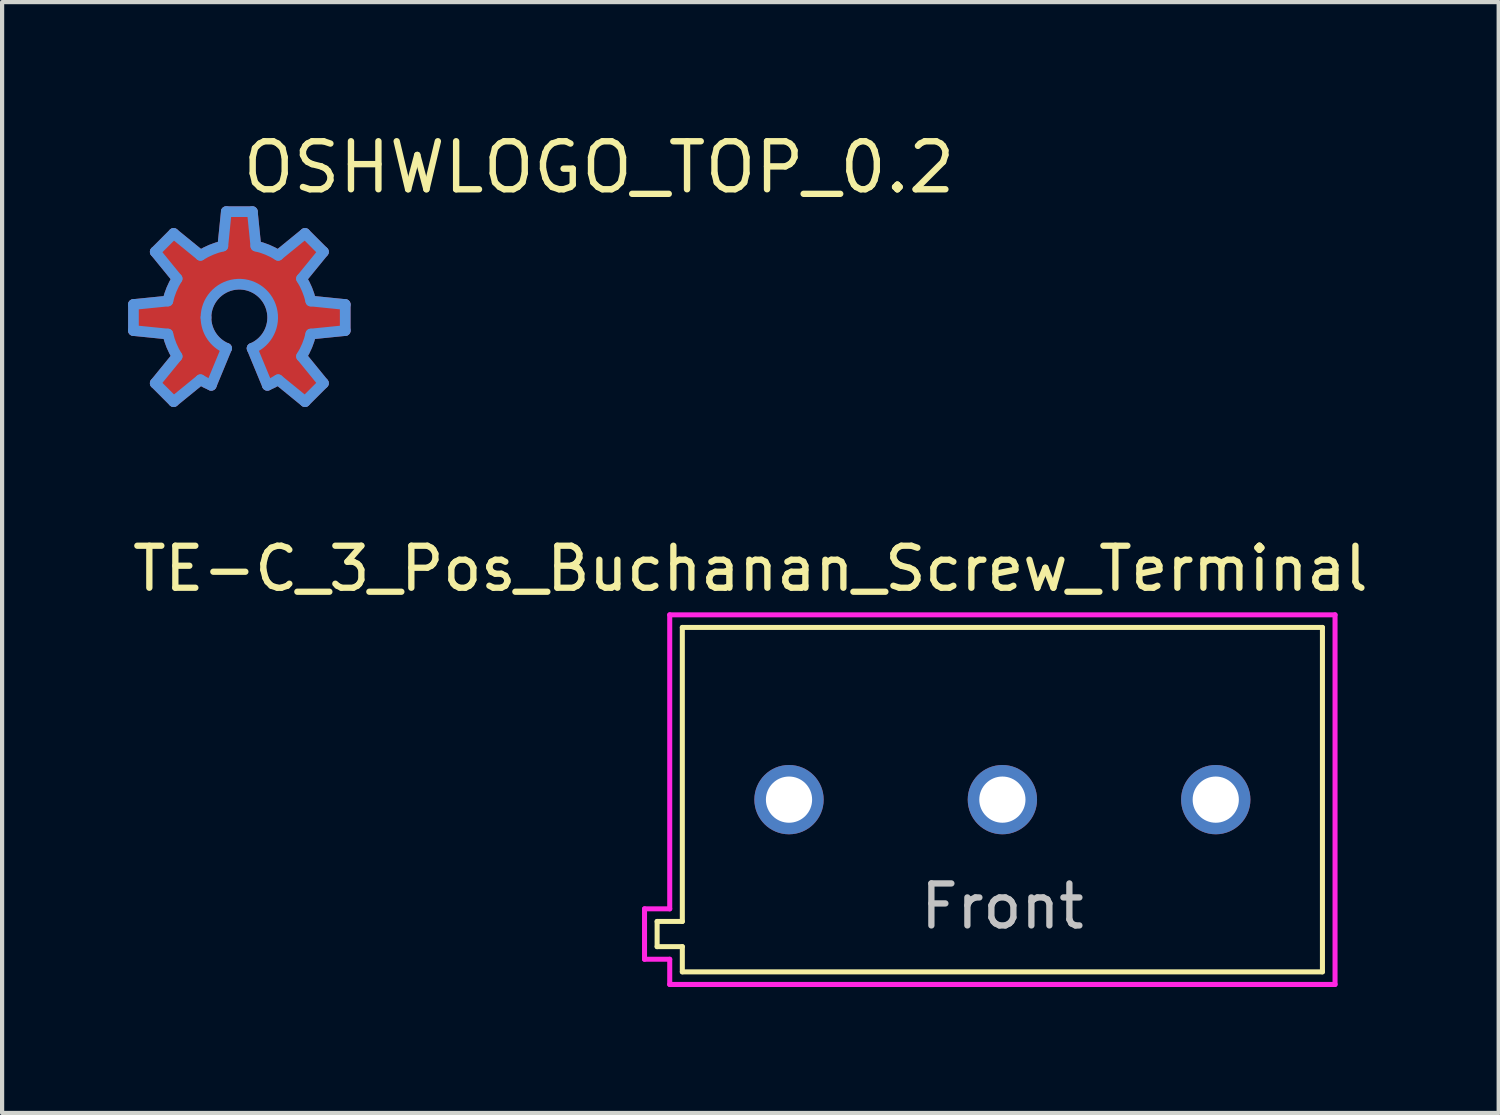
<source format=kicad_pcb>
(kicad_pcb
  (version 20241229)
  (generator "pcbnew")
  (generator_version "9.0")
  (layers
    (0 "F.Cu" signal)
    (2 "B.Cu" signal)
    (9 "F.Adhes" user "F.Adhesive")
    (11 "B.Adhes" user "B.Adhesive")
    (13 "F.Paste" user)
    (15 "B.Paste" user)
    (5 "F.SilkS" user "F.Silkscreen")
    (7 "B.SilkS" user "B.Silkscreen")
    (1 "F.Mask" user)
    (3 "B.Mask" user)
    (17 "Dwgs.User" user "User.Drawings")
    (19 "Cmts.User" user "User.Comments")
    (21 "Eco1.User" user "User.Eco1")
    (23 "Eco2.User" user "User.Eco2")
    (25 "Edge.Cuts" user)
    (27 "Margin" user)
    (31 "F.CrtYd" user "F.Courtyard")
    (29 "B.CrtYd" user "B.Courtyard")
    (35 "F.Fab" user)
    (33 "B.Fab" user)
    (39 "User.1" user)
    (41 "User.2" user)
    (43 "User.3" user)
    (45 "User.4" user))
  (footprint "TE-C_3_Pos_Buchanan_Screw_Terminal"
    (layer "F.Cu")
    (at 20.815 15.988)
    (property "Reference" "TE-C_3_Pos_Buchanan_Screw_Terminal" (at -6 -5.5 0) (layer "F.SilkS") (effects (font (size 1 1) (thickness 0.15))))
    (attr through_hole)
    (fp_line (start -8.22 2.9) (end -8.22 3.5) (stroke (width 0.12) (type solid)) (layer "F.SilkS"))
    (fp_line (start -8.22 3.5) (end -7.62 3.5) (stroke (width 0.12) (type solid)) (layer "F.SilkS"))
    (fp_line (start -7.62 -4.1) (end -7.62 2.9) (stroke (width 0.12) (type solid)) (layer "F.SilkS"))
    (fp_line (start -7.62 -4.1) (end 7.62 -4.1) (stroke (width 0.12) (type solid)) (layer "F.SilkS"))
    (fp_line (start -7.62 2.9) (end -8.22 2.9) (stroke (width 0.12) (type solid)) (layer "F.SilkS"))
    (fp_line (start -7.62 3.5) (end -7.62 4.1) (stroke (width 0.12) (type solid)) (layer "F.SilkS"))
    (fp_line (start -7.62 4.1) (end 7.62 4.1) (stroke (width 0.12) (type solid)) (layer "F.SilkS"))
    (fp_line (start 7.62 -4.1) (end 7.62 4.1) (stroke (width 0.12) (type solid)) (layer "F.SilkS"))
    (fp_line (start -8.52 2.6) (end -8.52 3.8) (stroke (width 0.12) (type solid)) (layer "F.CrtYd"))
    (fp_line (start -8.52 2.6) (end -7.92 2.6) (stroke (width 0.12) (type solid)) (layer "F.CrtYd"))
    (fp_line (start -8.52 3.8) (end -7.92 3.8) (stroke (width 0.12) (type solid)) (layer "F.CrtYd"))
    (fp_line (start -7.92 -4.4) (end -7.92 2.6) (stroke (width 0.12) (type solid)) (layer "F.CrtYd"))
    (fp_line (start -7.92 4.4) (end -7.92 3.8) (stroke (width 0.12) (type solid)) (layer "F.CrtYd"))
    (fp_line (start -7.92 4.4) (end 7.92 4.4) (stroke (width 0.12) (type solid)) (layer "F.CrtYd"))
    (fp_line (start 7.92 -4.4) (end -7.92 -4.4) (stroke (width 0.12) (type solid)) (layer "F.CrtYd"))
    (fp_line (start 7.92 -4.4) (end 7.92 4.4) (stroke (width 0.12) (type solid)) (layer "F.CrtYd"))
    (fp_text user "Front" (at 0 2.54 0) (layer "Dwgs.User") (effects (font (size 1 1) (thickness 0.15))))
    (pad "1" thru_hole circle (at -5.08 0) (size 1.65 1.65) (drill 1.1) (layers "*.Cu" "*.Mask"))
    (pad "2" thru_hole circle (at 0 0) (size 1.65 1.65) (drill 1.1) (layers "*.Cu" "*.Mask"))
    (pad "3" thru_hole circle (at 5.08 0) (size 1.65 1.65) (drill 1.1) (layers "*.Cu" "*.Mask")))
  (footprint "OSHWLOGO_TOP_0.2"
    (layer "F.Cu")
    (at 2.648 4.51)
    (property "Reference" "OSHWLOGO_TOP_0.2" (at 0 -3.575 0) (layer "F.SilkS") (effects (font (size 1.143 1.143) (thickness 0.152)) (justify left)))
    (attr through_hole)
    (fp_line (start -2.521 -0.31) (end -2.521 0.31) (stroke (width 0.254) (type solid)) (layer "F.Cu"))
    (fp_line (start -2.521 0.31) (end -1.702 0.393) (stroke (width 0.254) (type solid)) (layer "F.Cu"))
    (fp_line (start -2.002 -1.564) (end -1.481 -0.925) (stroke (width 0.254) (type solid)) (layer "F.Cu"))
    (fp_line (start -2.002 1.564) (end -1.564 2.002) (stroke (width 0.254) (type solid)) (layer "F.Cu"))
    (fp_line (start -1.702 -0.393) (end -2.521 -0.31) (stroke (width 0.254) (type solid)) (layer "F.Cu"))
    (fp_line (start -1.564 -2.002) (end -2.002 -1.564) (stroke (width 0.254) (type solid)) (layer "F.Cu"))
    (fp_line (start -1.564 2.002) (end -0.925 1.481) (stroke (width 0.254) (type solid)) (layer "F.Cu"))
    (fp_line (start -1.481 0.925) (end -2.002 1.564) (stroke (width 0.254) (type solid)) (layer "F.Cu"))
    (fp_line (start -0.925 -1.481) (end -1.564 -2.002) (stroke (width 0.254) (type solid)) (layer "F.Cu"))
    (fp_line (start -0.668 1.613) (end -0.304 0.733) (stroke (width 0.254) (type solid)) (layer "F.Cu"))
    (fp_line (start -0.31 -2.521) (end -0.393 -1.702) (stroke (width 0.254) (type solid)) (layer "F.Cu"))
    (fp_line (start 0.304 0.733) (end 0.668 1.613) (stroke (width 0.254) (type solid)) (layer "F.Cu"))
    (fp_line (start 0.31 -2.521) (end -0.31 -2.521) (stroke (width 0.254) (type solid)) (layer "F.Cu"))
    (fp_line (start 0.393 -1.702) (end 0.31 -2.521) (stroke (width 0.254) (type solid)) (layer "F.Cu"))
    (fp_line (start 0.925 1.481) (end 1.564 2.002) (stroke (width 0.254) (type solid)) (layer "F.Cu"))
    (fp_line (start 1.481 -0.925) (end 2.002 -1.564) (stroke (width 0.254) (type solid)) (layer "F.Cu"))
    (fp_line (start 1.564 -2.002) (end 0.925 -1.481) (stroke (width 0.254) (type solid)) (layer "F.Cu"))
    (fp_line (start 1.564 2.002) (end 2.002 1.564) (stroke (width 0.254) (type solid)) (layer "F.Cu"))
    (fp_line (start 1.702 0.393) (end 2.521 0.31) (stroke (width 0.254) (type solid)) (layer "F.Cu"))
    (fp_line (start 2.002 -1.564) (end 1.564 -2.002) (stroke (width 0.254) (type solid)) (layer "F.Cu"))
    (fp_line (start 2.002 1.564) (end 1.481 0.925) (stroke (width 0.254) (type solid)) (layer "F.Cu"))
    (fp_line (start 2.521 -0.31) (end 1.702 -0.393) (stroke (width 0.254) (type solid)) (layer "F.Cu"))
    (fp_line (start 2.521 0.31) (end 2.521 -0.31) (stroke (width 0.254) (type solid)) (layer "F.Cu"))
    (fp_arc (start -1.702 -0.393) (mid -1.613771 -0.668577) (end -1.48126 -0.925809) (stroke (width 0.254) (type solid)) (layer "F.Cu"))
    (fp_arc (start -1.481 0.925) (mid -1.613381 0.667822) (end -1.701491 0.392319) (stroke (width 0.254) (type solid)) (layer "F.Cu"))
    (fp_arc (start -0.925 -1.481) (mid -0.667822 -1.613381) (end -0.392319 -1.701491) (stroke (width 0.254) (type solid)) (layer "F.Cu"))
    (fp_arc (start -0.794 0) (mid 0.441117 -0.660191) (end 0.303863 0.733555) (stroke (width 0.254) (type solid)) (layer "F.Cu"))
    (fp_arc (start -0.668 1.613) (mid -0.799286 1.552054) (end -0.925073 1.480446) (stroke (width 0.254) (type solid)) (layer "F.Cu"))
    (fp_arc (start -0.304 0.733) (mid -0.659984 0.440597) (end -0.793539 -0.000297) (stroke (width 0.254) (type solid)) (layer "F.Cu"))
    (fp_arc (start 0.393 -1.702) (mid 0.668577 -1.613771) (end 0.925809 -1.48126) (stroke (width 0.254) (type solid)) (layer "F.Cu"))
    (fp_arc (start 0.925 1.481) (mid 0.799167 1.552601) (end 0.667837 1.613535) (stroke (width 0.254) (type solid)) (layer "F.Cu"))
    (fp_arc (start 1.481 -0.925) (mid 1.613381 -0.667822) (end 1.701491 -0.392319) (stroke (width 0.254) (type solid)) (layer "F.Cu"))
    (fp_arc (start 1.702 0.393) (mid 1.613771 0.668577) (end 1.48126 0.925809) (stroke (width 0.254) (type solid)) (layer "F.Cu"))
    (fp_poly (pts (xy 0.668 1.613) (xy 0.8 1.552) (xy 0.925 1.481) (xy 1.564 2.002) (xy 2.002 1.564) (xy 1.481 0.925) (xy 1.574 0.756) (xy 1.648 0.578) (xy 1.702 0.393) (xy 2.521 0.31) (xy 2.521 -0.31) (xy 1.702 -0.393) (xy 1.648 -0.578) (xy 1.574 -0.756) (xy 1.481 -0.925) (xy 2.002 -1.564) (xy 1.564 -2.002) (xy 0.925 -1.481) (xy 0.756 -1.574) (xy 0.578 -1.648) (xy 0.393 -1.702) (xy 0.31 -2.521) (xy -0.31 -2.521) (xy -0.393 -1.702) (xy -0.578 -1.648) (xy -0.756 -1.574) (xy -0.925 -1.481) (xy -1.564 -2.002) (xy -2.002 -1.564) (xy -1.481 -0.925) (xy -1.574 -0.756) (xy -1.648 -0.578) (xy -1.702 -0.393) (xy -2.521 -0.31) (xy -2.521 0.31) (xy -1.702 0.393) (xy -1.648 0.578) (xy -1.574 0.756) (xy -1.481 0.925) (xy -2.002 1.564) (xy -1.564 2.002) (xy -0.925 1.481) (xy -0.8 1.552) (xy -0.668 1.613) (xy -0.304 0.733) (xy -0.388 0.693) (xy -0.467 0.642) (xy -0.539 0.583) (xy -0.604 0.516) (xy -0.66 0.441) (xy -0.707 0.36) (xy -0.745 0.275) (xy -0.772 0.185) (xy -0.788 0.093) (xy -0.794 0) (xy -0.788 -0.098) (xy -0.77 -0.194) (xy -0.74 -0.287) (xy -0.699 -0.376) (xy -0.647 -0.459) (xy -0.586 -0.535) (xy -0.516 -0.604) (xy -0.437 -0.662) (xy -0.352 -0.711) (xy -0.262 -0.749) (xy -0.168 -0.776) (xy -0.071 -0.79) (xy 0.027 -0.793) (xy 0.124 -0.784) (xy 0.22 -0.763) (xy 0.312 -0.73) (xy 0.399 -0.686) (xy 0.481 -0.631) (xy 0.555 -0.567) (xy 0.621 -0.495) (xy 0.677 -0.415) (xy 0.723 -0.328) (xy 0.758 -0.237) (xy 0.781 -0.142) (xy 0.792 -0.044) (xy 0.792 0.053) (xy 0.779 0.151) (xy 0.755 0.245) (xy 0.719 0.336) (xy 0.672 0.422) (xy 0.615 0.502) (xy 0.549 0.574) (xy 0.474 0.637) (xy 0.392 0.69) (xy 0.304 0.733)) (stroke (width 0) (type solid)) (fill yes) (layer "F.Cu"))
    (fp_line (start -2.521 -0.31) (end -2.521 0.31) (stroke (width 0.254) (type solid)) (layer "Cmts.User"))
    (fp_line (start -2.521 0.31) (end -1.702 0.393) (stroke (width 0.254) (type solid)) (layer "Cmts.User"))
    (fp_line (start -2.002 -1.564) (end -1.481 -0.925) (stroke (width 0.254) (type solid)) (layer "Cmts.User"))
    (fp_line (start -2.002 1.564) (end -1.564 2.002) (stroke (width 0.254) (type solid)) (layer "Cmts.User"))
    (fp_line (start -1.702 -0.393) (end -2.521 -0.31) (stroke (width 0.254) (type solid)) (layer "Cmts.User"))
    (fp_line (start -1.564 -2.002) (end -2.002 -1.564) (stroke (width 0.254) (type solid)) (layer "Cmts.User"))
    (fp_line (start -1.564 2.002) (end -0.925 1.481) (stroke (width 0.254) (type solid)) (layer "Cmts.User"))
    (fp_line (start -1.481 0.925) (end -2.002 1.564) (stroke (width 0.254) (type solid)) (layer "Cmts.User"))
    (fp_line (start -0.925 -1.481) (end -1.564 -2.002) (stroke (width 0.254) (type solid)) (layer "Cmts.User"))
    (fp_line (start -0.668 1.613) (end -0.304 0.733) (stroke (width 0.254) (type solid)) (layer "Cmts.User"))
    (fp_line (start -0.31 -2.521) (end -0.393 -1.702) (stroke (width 0.254) (type solid)) (layer "Cmts.User"))
    (fp_line (start 0.304 0.733) (end 0.668 1.613) (stroke (width 0.254) (type solid)) (layer "Cmts.User"))
    (fp_line (start 0.31 -2.521) (end -0.31 -2.521) (stroke (width 0.254) (type solid)) (layer "Cmts.User"))
    (fp_line (start 0.393 -1.702) (end 0.31 -2.521) (stroke (width 0.254) (type solid)) (layer "Cmts.User"))
    (fp_line (start 0.925 1.481) (end 1.564 2.002) (stroke (width 0.254) (type solid)) (layer "Cmts.User"))
    (fp_line (start 1.481 -0.925) (end 2.002 -1.564) (stroke (width 0.254) (type solid)) (layer "Cmts.User"))
    (fp_line (start 1.564 -2.002) (end 0.925 -1.481) (stroke (width 0.254) (type solid)) (layer "Cmts.User"))
    (fp_line (start 1.564 2.002) (end 2.002 1.564) (stroke (width 0.254) (type solid)) (layer "Cmts.User"))
    (fp_line (start 1.702 0.393) (end 2.521 0.31) (stroke (width 0.254) (type solid)) (layer "Cmts.User"))
    (fp_line (start 2.002 -1.564) (end 1.564 -2.002) (stroke (width 0.254) (type solid)) (layer "Cmts.User"))
    (fp_line (start 2.002 1.564) (end 1.481 0.925) (stroke (width 0.254) (type solid)) (layer "Cmts.User"))
    (fp_line (start 2.521 -0.31) (end 1.702 -0.393) (stroke (width 0.254) (type solid)) (layer "Cmts.User"))
    (fp_line (start 2.521 0.31) (end 2.521 -0.31) (stroke (width 0.254) (type solid)) (layer "Cmts.User"))
    (fp_arc (start -1.702 -0.393) (mid -1.613771 -0.668577) (end -1.48126 -0.925809) (stroke (width 0.254) (type solid)) (layer "Cmts.User"))
    (fp_arc (start -1.481 0.925) (mid -1.613381 0.667822) (end -1.701491 0.392319) (stroke (width 0.254) (type solid)) (layer "Cmts.User"))
    (fp_arc (start -0.925 -1.481) (mid -0.667822 -1.613381) (end -0.392319 -1.701491) (stroke (width 0.254) (type solid)) (layer "Cmts.User"))
    (fp_arc (start -0.794 0) (mid 0.441117 -0.660191) (end 0.303863 0.733555) (stroke (width 0.254) (type solid)) (layer "Cmts.User"))
    (fp_arc (start -0.668 1.613) (mid -0.799286 1.552054) (end -0.925073 1.480446) (stroke (width 0.254) (type solid)) (layer "Cmts.User"))
    (fp_arc (start -0.304 0.733) (mid -0.659984 0.440597) (end -0.793539 -0.000297) (stroke (width 0.254) (type solid)) (layer "Cmts.User"))
    (fp_arc (start 0.393 -1.702) (mid 0.668577 -1.613771) (end 0.925809 -1.48126) (stroke (width 0.254) (type solid)) (layer "Cmts.User"))
    (fp_arc (start 0.925 1.481) (mid 0.799167 1.552601) (end 0.667837 1.613535) (stroke (width 0.254) (type solid)) (layer "Cmts.User"))
    (fp_arc (start 1.481 -0.925) (mid 1.613381 -0.667822) (end 1.701491 -0.392319) (stroke (width 0.254) (type solid)) (layer "Cmts.User"))
    (fp_arc (start 1.702 0.393) (mid 1.613771 0.668577) (end 1.48126 0.925809) (stroke (width 0.254) (type solid)) (layer "Cmts.User")))
  (gr_rect
    (start -3 -3)
    (end 32.631 23.448)
    (stroke (width 0.1) (type default))
    (fill no)
    (layer "Edge.Cuts")))
</source>
